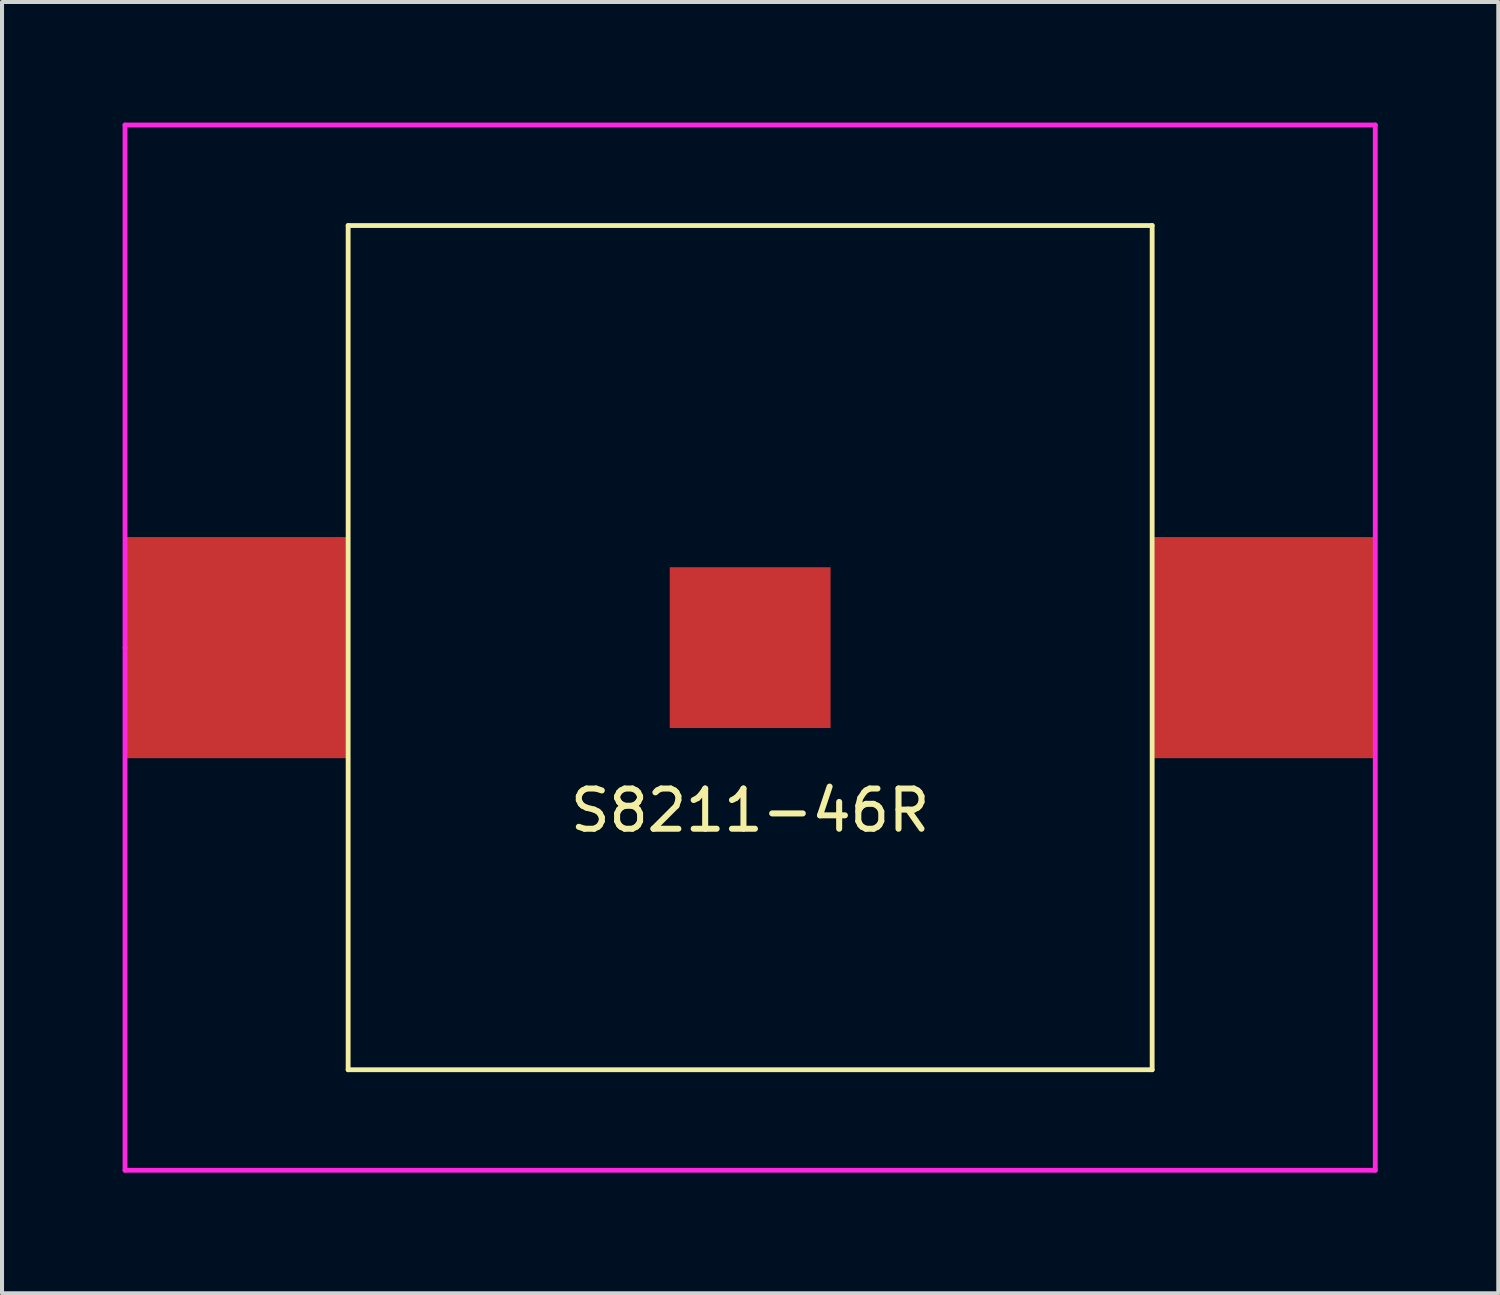
<source format=kicad_pcb>
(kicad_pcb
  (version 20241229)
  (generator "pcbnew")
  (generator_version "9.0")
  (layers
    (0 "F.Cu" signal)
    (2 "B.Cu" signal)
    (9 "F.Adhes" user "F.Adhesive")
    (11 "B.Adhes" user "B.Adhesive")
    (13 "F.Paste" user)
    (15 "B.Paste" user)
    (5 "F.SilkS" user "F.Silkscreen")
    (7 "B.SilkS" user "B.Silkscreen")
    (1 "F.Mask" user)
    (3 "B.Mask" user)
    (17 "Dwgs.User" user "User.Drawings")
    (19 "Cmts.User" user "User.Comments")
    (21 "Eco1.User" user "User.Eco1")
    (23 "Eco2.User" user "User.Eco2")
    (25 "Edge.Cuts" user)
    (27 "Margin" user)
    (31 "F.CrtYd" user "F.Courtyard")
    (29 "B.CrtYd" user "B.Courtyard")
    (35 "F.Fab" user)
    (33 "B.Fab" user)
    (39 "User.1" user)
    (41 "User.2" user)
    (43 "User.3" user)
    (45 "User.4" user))
  (footprint "S8211-46R"
    (layer "F.Cu")
    (at 15.61 13.06)
    (property "Reference" "S8211-46R" (at 0 4.05 0) (layer "F.SilkS") (effects (font (size 1 1) (thickness 0.15))))
    (attr through_hole)
    (fp_line (start -10 -10.5) (end 10 -10.5) (stroke (width 0.12) (type solid)) (layer "F.SilkS"))
    (fp_line (start -10 10.5) (end -10 -10.5) (stroke (width 0.12) (type solid)) (layer "F.SilkS"))
    (fp_line (start 10 -10.5) (end 10 10.5) (stroke (width 0.12) (type solid)) (layer "F.SilkS"))
    (fp_line (start 10 10.5) (end -10 10.5) (stroke (width 0.12) (type solid)) (layer "F.SilkS"))
    (fp_line (start -15.55 -13) (end 15.55 -13) (stroke (width 0.12) (type solid)) (layer "F.CrtYd"))
    (fp_line (start -15.55 0) (end -15.55 -13) (stroke (width 0.12) (type solid)) (layer "F.CrtYd"))
    (fp_line (start -15.55 13) (end -15.55 0) (stroke (width 0.12) (type solid)) (layer "F.CrtYd"))
    (fp_line (start 15.55 -13) (end 15.55 13) (stroke (width 0.12) (type solid)) (layer "F.CrtYd"))
    (fp_line (start 15.55 13) (end -15.55 13) (stroke (width 0.12) (type solid)) (layer "F.CrtYd"))
    (pad "1" smd rect (at -12.8 0) (size 5.5 5.5) (layers "F.Cu" "F.Mask" "F.Paste"))
    (pad "1" smd rect (at 12.8 0) (size 5.5 5.5) (layers "F.Cu" "F.Mask" "F.Paste"))
    (pad "2" smd rect (at 0 0) (size 4 4) (layers "F.Cu" "F.Mask" "F.Paste")))
  (gr_rect
    (start -3 -3)
    (end 34.22 29.12)
    (stroke (width 0.1) (type default))
    (fill no)
    (layer "Edge.Cuts")))
</source>
